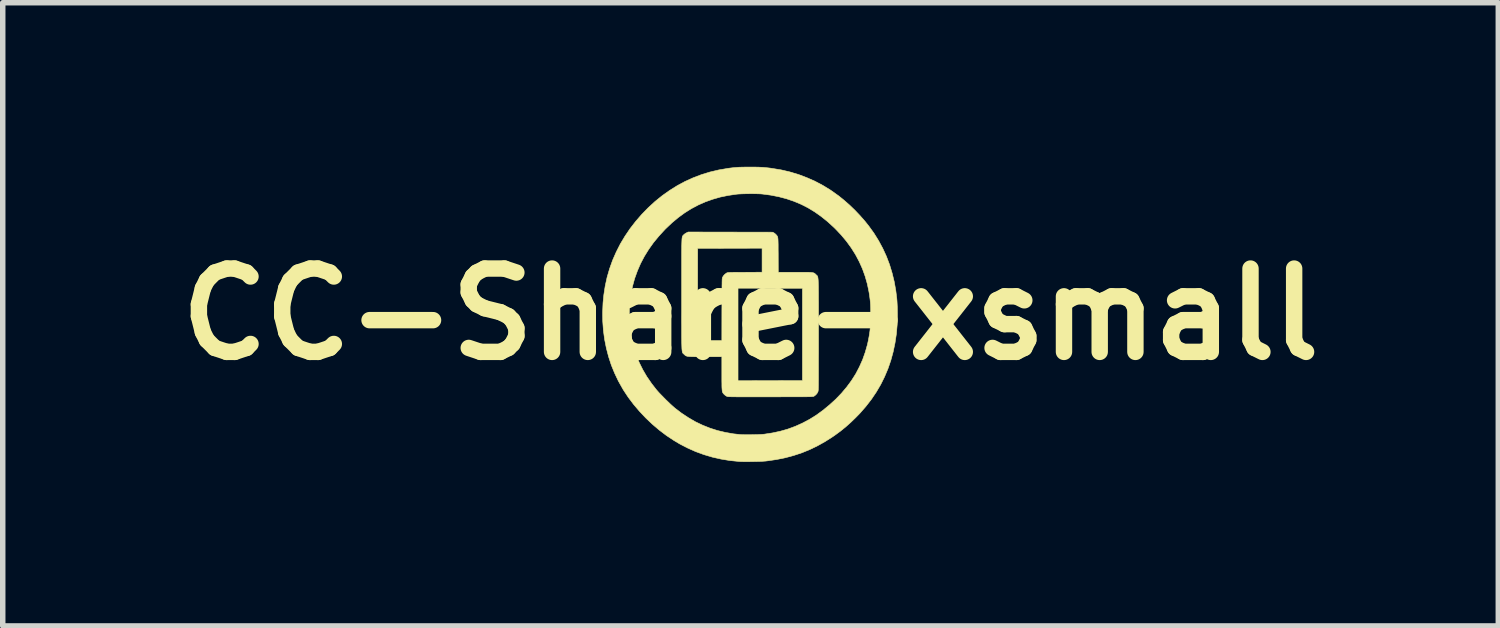
<source format=kicad_pcb>
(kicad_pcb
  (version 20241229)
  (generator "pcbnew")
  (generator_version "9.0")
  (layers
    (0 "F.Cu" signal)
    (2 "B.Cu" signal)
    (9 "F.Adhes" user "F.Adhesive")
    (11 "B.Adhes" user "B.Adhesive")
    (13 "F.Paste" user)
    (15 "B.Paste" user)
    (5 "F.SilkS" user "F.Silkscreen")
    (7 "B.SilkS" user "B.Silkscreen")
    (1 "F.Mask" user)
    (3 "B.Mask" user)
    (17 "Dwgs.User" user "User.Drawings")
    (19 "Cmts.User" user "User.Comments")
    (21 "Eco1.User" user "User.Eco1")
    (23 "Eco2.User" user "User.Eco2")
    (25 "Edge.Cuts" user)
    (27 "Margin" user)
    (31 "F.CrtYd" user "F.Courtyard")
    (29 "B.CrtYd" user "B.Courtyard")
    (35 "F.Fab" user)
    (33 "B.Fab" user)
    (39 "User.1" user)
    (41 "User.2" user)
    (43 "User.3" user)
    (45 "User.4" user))
  (footprint "CC-Share-xsmall"
    (layer "F.Cu")
    (at 10.675 2.696)
    (property "Reference" "CC-Share-xsmall" (at 0 0 0) (layer "F.SilkS") (effects (font (size 1.524 1.524) (thickness 0.3))))
    (attr through_hole)
    (fp_poly (pts (xy 0.051 -2.691) (xy 0.105 -2.69) (xy 0.151 -2.689) (xy 0.193 -2.687) (xy 0.233 -2.685) (xy 0.272 -2.681) (xy 0.313 -2.677) (xy 0.357 -2.672) (xy 0.397 -2.666) (xy 0.562 -2.639) (xy 0.723 -2.601) (xy 0.88 -2.554) (xy 1.033 -2.496) (xy 1.182 -2.43) (xy 1.327 -2.353) (xy 1.467 -2.267) (xy 1.602 -2.171) (xy 1.611 -2.165) (xy 1.71 -2.085) (xy 1.81 -1.997) (xy 1.908 -1.903) (xy 2.002 -1.804) (xy 2.09 -1.704) (xy 2.162 -1.614) (xy 2.258 -1.481) (xy 2.343 -1.344) (xy 2.419 -1.203) (xy 2.486 -1.057) (xy 2.543 -0.907) (xy 2.59 -0.752) (xy 2.629 -0.593) (xy 2.658 -0.428) (xy 2.675 -0.291) (xy 2.679 -0.245) (xy 2.682 -0.19) (xy 2.685 -0.13) (xy 2.686 -0.067) (xy 2.687 -0.003) (xy 2.687 0.059) (xy 2.686 0.117) (xy 2.684 0.169) (xy 2.683 0.188) (xy 2.668 0.36) (xy 2.643 0.527) (xy 2.609 0.689) (xy 2.566 0.846) (xy 2.514 0.997) (xy 2.452 1.144) (xy 2.381 1.287) (xy 2.3 1.425) (xy 2.21 1.558) (xy 2.11 1.687) (xy 2.001 1.812) (xy 1.926 1.889) (xy 1.833 1.979) (xy 1.741 2.061) (xy 1.646 2.138) (xy 1.548 2.21) (xy 1.5 2.243) (xy 1.362 2.331) (xy 1.222 2.409) (xy 1.081 2.477) (xy 0.936 2.536) (xy 0.787 2.585) (xy 0.634 2.626) (xy 0.475 2.658) (xy 0.311 2.682) (xy 0.278 2.686) (xy 0.247 2.688) (xy 0.208 2.691) (xy 0.163 2.693) (xy 0.112 2.694) (xy 0.059 2.695) (xy 0.005 2.696) (xy -0.048 2.697) (xy -0.099 2.697) (xy -0.144 2.696) (xy -0.183 2.695) (xy -0.212 2.693) (xy -0.38 2.676) (xy -0.543 2.649) (xy -0.701 2.613) (xy -0.855 2.567) (xy -1.005 2.512) (xy -1.151 2.447) (xy -1.294 2.373) (xy -1.401 2.309) (xy -1.537 2.219) (xy -1.669 2.119) (xy -1.795 2.012) (xy -1.916 1.897) (xy -2.03 1.776) (xy -2.137 1.65) (xy -2.236 1.519) (xy -2.325 1.384) (xy -2.336 1.365) (xy -2.415 1.225) (xy -2.484 1.08) (xy -2.545 0.931) (xy -2.595 0.778) (xy -2.636 0.621) (xy -2.668 0.461) (xy -2.69 0.297) (xy -2.702 0.131) (xy -2.704 0.016) (xy -2.216 0.016) (xy -2.214 0.111) (xy -2.208 0.205) (xy -2.199 0.294) (xy -2.195 0.322) (xy -2.17 0.468) (xy -2.135 0.61) (xy -2.09 0.749) (xy -2.035 0.884) (xy -1.97 1.015) (xy -1.895 1.143) (xy -1.809 1.268) (xy -1.721 1.381) (xy -1.697 1.409) (xy -1.666 1.443) (xy -1.63 1.48) (xy -1.591 1.52) (xy -1.551 1.561) (xy -1.51 1.6) (xy -1.471 1.638) (xy -1.434 1.672) (xy -1.402 1.7) (xy -1.383 1.717) (xy -1.261 1.81) (xy -1.135 1.893) (xy -1.008 1.967) (xy -0.876 2.03) (xy -0.741 2.084) (xy -0.603 2.128) (xy -0.459 2.162) (xy -0.311 2.188) (xy -0.191 2.201) (xy -0.161 2.203) (xy -0.123 2.204) (xy -0.079 2.205) (xy -0.03 2.205) (xy 0.021 2.204) (xy 0.073 2.203) (xy 0.123 2.202) (xy 0.169 2.2) (xy 0.21 2.198) (xy 0.243 2.195) (xy 0.254 2.194) (xy 0.403 2.171) (xy 0.547 2.14) (xy 0.686 2.1) (xy 0.821 2.05) (xy 0.952 1.991) (xy 1.08 1.923) (xy 1.205 1.845) (xy 1.327 1.756) (xy 1.446 1.658) (xy 1.558 1.556) (xy 1.664 1.446) (xy 1.76 1.332) (xy 1.847 1.214) (xy 1.925 1.091) (xy 1.992 0.963) (xy 2.051 0.831) (xy 2.099 0.695) (xy 2.139 0.554) (xy 2.156 0.476) (xy 2.168 0.412) (xy 2.178 0.351) (xy 2.186 0.293) (xy 2.191 0.233) (xy 2.195 0.171) (xy 2.197 0.104) (xy 2.198 0.029) (xy 2.198 -0.003) (xy 2.198 -0.068) (xy 2.197 -0.124) (xy 2.195 -0.175) (xy 2.192 -0.222) (xy 2.187 -0.268) (xy 2.181 -0.314) (xy 2.174 -0.364) (xy 2.167 -0.407) (xy 2.137 -0.552) (xy 2.097 -0.693) (xy 2.048 -0.829) (xy 1.989 -0.961) (xy 1.921 -1.089) (xy 1.843 -1.213) (xy 1.755 -1.334) (xy 1.657 -1.451) (xy 1.549 -1.565) (xy 1.523 -1.59) (xy 1.409 -1.694) (xy 1.292 -1.788) (xy 1.173 -1.872) (xy 1.051 -1.946) (xy 0.925 -2.01) (xy 0.794 -2.065) (xy 0.659 -2.111) (xy 0.519 -2.148) (xy 0.372 -2.177) (xy 0.222 -2.197) (xy 0.188 -2.2) (xy 0.145 -2.202) (xy 0.096 -2.203) (xy 0.042 -2.204) (xy -0.014 -2.204) (xy -0.07 -2.203) (xy -0.124 -2.202) (xy -0.174 -2.2) (xy -0.217 -2.198) (xy -0.253 -2.195) (xy -0.257 -2.194) (xy -0.408 -2.172) (xy -0.553 -2.142) (xy -0.692 -2.102) (xy -0.827 -2.054) (xy -0.956 -1.997) (xy -1.082 -1.93) (xy -1.203 -1.854) (xy -1.321 -1.768) (xy -1.436 -1.672) (xy -1.548 -1.566) (xy -1.567 -1.547) (xy -1.675 -1.429) (xy -1.774 -1.309) (xy -1.862 -1.185) (xy -1.941 -1.058) (xy -2.01 -0.927) (xy -2.068 -0.793) (xy -2.118 -0.655) (xy -2.157 -0.513) (xy -2.187 -0.367) (xy -2.204 -0.249) (xy -2.212 -0.167) (xy -2.216 -0.077) (xy -2.216 0.016) (xy -2.704 0.016) (xy -2.704 -0.036) (xy -2.697 -0.206) (xy -2.682 -0.355) (xy -2.657 -0.517) (xy -2.622 -0.677) (xy -2.576 -0.834) (xy -2.521 -0.988) (xy -2.455 -1.138) (xy -2.381 -1.284) (xy -2.296 -1.426) (xy -2.202 -1.565) (xy -2.099 -1.698) (xy -1.987 -1.827) (xy -1.872 -1.945) (xy -1.746 -2.061) (xy -1.615 -2.167) (xy -1.48 -2.263) (xy -1.341 -2.35) (xy -1.198 -2.427) (xy -1.05 -2.494) (xy -0.898 -2.552) (xy -0.742 -2.6) (xy -0.582 -2.638) (xy -0.418 -2.666) (xy -0.415 -2.667) (xy -0.368 -2.673) (xy -0.326 -2.678) (xy -0.286 -2.682) (xy -0.247 -2.685) (xy -0.207 -2.688) (xy -0.163 -2.689) (xy -0.115 -2.69) (xy -0.06 -2.691) (xy -0.011 -2.691) (xy 0.051 -2.691)) (stroke (width 0.01) (type solid)) (fill yes) (layer "F.SilkS"))
    (fp_poly (pts (xy 0.405 -1.5) (xy 0.426 -1.489) (xy 0.443 -1.478) (xy 0.46 -1.463) (xy 0.468 -1.455) (xy 0.475 -1.447) (xy 0.482 -1.439) (xy 0.487 -1.432) (xy 0.492 -1.424) (xy 0.496 -1.414) (xy 0.499 -1.402) (xy 0.501 -1.387) (xy 0.503 -1.367) (xy 0.504 -1.342) (xy 0.505 -1.311) (xy 0.506 -1.273) (xy 0.506 -1.228) (xy 0.506 -1.175) (xy 0.507 -1.112) (xy 0.507 -1.081) (xy 0.508 -0.767) (xy 0.814 -0.767) (xy 0.882 -0.767) (xy 0.941 -0.767) (xy 0.991 -0.767) (xy 1.032 -0.767) (xy 1.067 -0.766) (xy 1.095 -0.764) (xy 1.117 -0.763) (xy 1.135 -0.76) (xy 1.15 -0.757) (xy 1.161 -0.753) (xy 1.171 -0.748) (xy 1.179 -0.742) (xy 1.187 -0.735) (xy 1.196 -0.726) (xy 1.199 -0.723) (xy 1.204 -0.718) (xy 1.209 -0.714) (xy 1.213 -0.71) (xy 1.218 -0.706) (xy 1.221 -0.702) (xy 1.224 -0.697) (xy 1.227 -0.691) (xy 1.23 -0.682) (xy 1.232 -0.672) (xy 1.234 -0.659) (xy 1.236 -0.642) (xy 1.238 -0.622) (xy 1.239 -0.598) (xy 1.24 -0.57) (xy 1.241 -0.536) (xy 1.242 -0.498) (xy 1.242 -0.453) (xy 1.243 -0.402) (xy 1.243 -0.345) (xy 1.243 -0.28) (xy 1.244 -0.207) (xy 1.244 -0.127) (xy 1.244 -0.038) (xy 1.244 0.06) (xy 1.244 0.167) (xy 1.244 0.284) (xy 1.244 0.374) (xy 1.244 0.496) (xy 1.244 0.608) (xy 1.244 0.71) (xy 1.243 0.803) (xy 1.243 0.887) (xy 1.243 0.962) (xy 1.243 1.03) (xy 1.243 1.091) (xy 1.243 1.144) (xy 1.243 1.191) (xy 1.242 1.232) (xy 1.242 1.268) (xy 1.242 1.298) (xy 1.241 1.324) (xy 1.241 1.345) (xy 1.24 1.363) (xy 1.24 1.377) (xy 1.239 1.388) (xy 1.238 1.397) (xy 1.237 1.404) (xy 1.236 1.409) (xy 1.235 1.413) (xy 1.234 1.417) (xy 1.233 1.419) (xy 1.218 1.447) (xy 1.196 1.473) (xy 1.17 1.494) (xy 1.159 1.501) (xy 1.156 1.502) (xy 1.152 1.503) (xy 1.148 1.505) (xy 1.141 1.506) (xy 1.132 1.506) (xy 1.121 1.507) (xy 1.106 1.508) (xy 1.087 1.509) (xy 1.064 1.509) (xy 1.036 1.51) (xy 1.003 1.51) (xy 0.963 1.51) (xy 0.918 1.511) (xy 0.865 1.511) (xy 0.805 1.511) (xy 0.737 1.511) (xy 0.661 1.511) (xy 0.575 1.511) (xy 0.48 1.512) (xy 0.375 1.512) (xy 0.368 1.512) (xy 0.261 1.512) (xy 0.165 1.512) (xy 0.078 1.512) (xy 0.000183 1.512) (xy -0.069 1.512) (xy -0.13 1.512) (xy -0.184 1.512) (xy -0.231 1.512) (xy -0.271 1.511) (xy -0.305 1.511) (xy -0.334 1.51) (xy -0.358 1.51) (xy -0.378 1.509) (xy -0.393 1.509) (xy -0.405 1.508) (xy -0.414 1.507) (xy -0.421 1.506) (xy -0.426 1.505) (xy -0.428 1.504) (xy -0.448 1.494) (xy -0.469 1.478) (xy -0.48 1.468) (xy -0.488 1.46) (xy -0.496 1.451) (xy -0.502 1.443) (xy -0.508 1.434) (xy -0.512 1.423) (xy -0.516 1.41) (xy -0.518 1.393) (xy -0.52 1.371) (xy -0.522 1.344) (xy -0.523 1.312) (xy -0.523 1.272) (xy -0.524 1.225) (xy -0.524 1.217) (xy -0.228 1.217) (xy 0.95 1.214) (xy 0.95 -0.474) (xy -0.228 -0.476) (xy -0.228 1.217) (xy -0.524 1.217) (xy -0.524 1.169) (xy -0.524 1.103) (xy -0.524 1.081) (xy -0.524 0.778) (xy -0.827 0.778) (xy -0.896 0.778) (xy -0.955 0.778) (xy -1.004 0.778) (xy -1.046 0.777) (xy -1.081 0.776) (xy -1.11 0.775) (xy -1.132 0.773) (xy -1.151 0.771) (xy -1.165 0.767) (xy -1.177 0.763) (xy -1.187 0.758) (xy -1.195 0.752) (xy -1.203 0.745) (xy -1.211 0.737) (xy -1.214 0.734) (xy -1.22 0.729) (xy -1.225 0.725) (xy -1.229 0.721) (xy -1.233 0.717) (xy -1.237 0.713) (xy -1.24 0.708) (xy -1.243 0.702) (xy -1.246 0.693) (xy -1.248 0.683) (xy -1.25 0.67) (xy -1.252 0.653) (xy -1.254 0.633) (xy -1.255 0.609) (xy -1.256 0.581) (xy -1.257 0.548) (xy -1.258 0.509) (xy -1.258 0.482) (xy -0.968 0.482) (xy -0.524 0.482) (xy -0.523 -0.086) (xy -0.522 -0.176) (xy -0.522 -0.256) (xy -0.522 -0.326) (xy -0.522 -0.388) (xy -0.522 -0.441) (xy -0.521 -0.487) (xy -0.521 -0.526) (xy -0.52 -0.559) (xy -0.52 -0.587) (xy -0.519 -0.609) (xy -0.519 -0.626) (xy -0.518 -0.64) (xy -0.517 -0.651) (xy -0.516 -0.659) (xy -0.515 -0.665) (xy -0.513 -0.67) (xy -0.512 -0.674) (xy -0.51 -0.677) (xy -0.493 -0.704) (xy -0.47 -0.729) (xy -0.442 -0.75) (xy -0.437 -0.753) (xy -0.432 -0.756) (xy -0.427 -0.758) (xy -0.421 -0.759) (xy -0.413 -0.761) (xy -0.403 -0.762) (xy -0.388 -0.763) (xy -0.37 -0.764) (xy -0.346 -0.764) (xy -0.315 -0.765) (xy -0.278 -0.765) (xy -0.233 -0.765) (xy -0.179 -0.766) (xy -0.116 -0.766) (xy -0.102 -0.766) (xy 0.212 -0.768) (xy 0.212 -1.207) (xy -0.966 -1.204) (xy -0.967 -0.361) (xy -0.968 0.482) (xy -1.258 0.482) (xy -1.258 0.464) (xy -1.259 0.414) (xy -1.259 0.356) (xy -1.259 0.292) (xy -1.259 0.219) (xy -1.26 0.139) (xy -1.26 0.05) (xy -1.259 -0.047) (xy -1.259 -0.154) (xy -1.259 -0.271) (xy -1.259 -0.362) (xy -1.259 -0.486) (xy -1.259 -0.6) (xy -1.259 -0.704) (xy -1.259 -0.799) (xy -1.259 -0.885) (xy -1.259 -0.962) (xy -1.259 -1.032) (xy -1.259 -1.094) (xy -1.259 -1.149) (xy -1.258 -1.198) (xy -1.258 -1.24) (xy -1.257 -1.277) (xy -1.256 -1.309) (xy -1.255 -1.336) (xy -1.254 -1.358) (xy -1.253 -1.377) (xy -1.251 -1.392) (xy -1.249 -1.404) (xy -1.247 -1.414) (xy -1.245 -1.422) (xy -1.243 -1.428) (xy -1.24 -1.432) (xy -1.237 -1.436) (xy -1.233 -1.44) (xy -1.229 -1.444) (xy -1.225 -1.448) (xy -1.225 -1.449) (xy -1.209 -1.464) (xy -1.187 -1.479) (xy -1.173 -1.487) (xy -1.14 -1.503) (xy 0.405 -1.5)) (stroke (width 0.01) (type solid)) (fill yes) (layer "F.SilkS")))
  (gr_rect
    (start -3 -3)
    (end 24.351 8.397)
    (stroke (width 0.1) (type default))
    (fill no)
    (layer "Edge.Cuts")))
</source>
